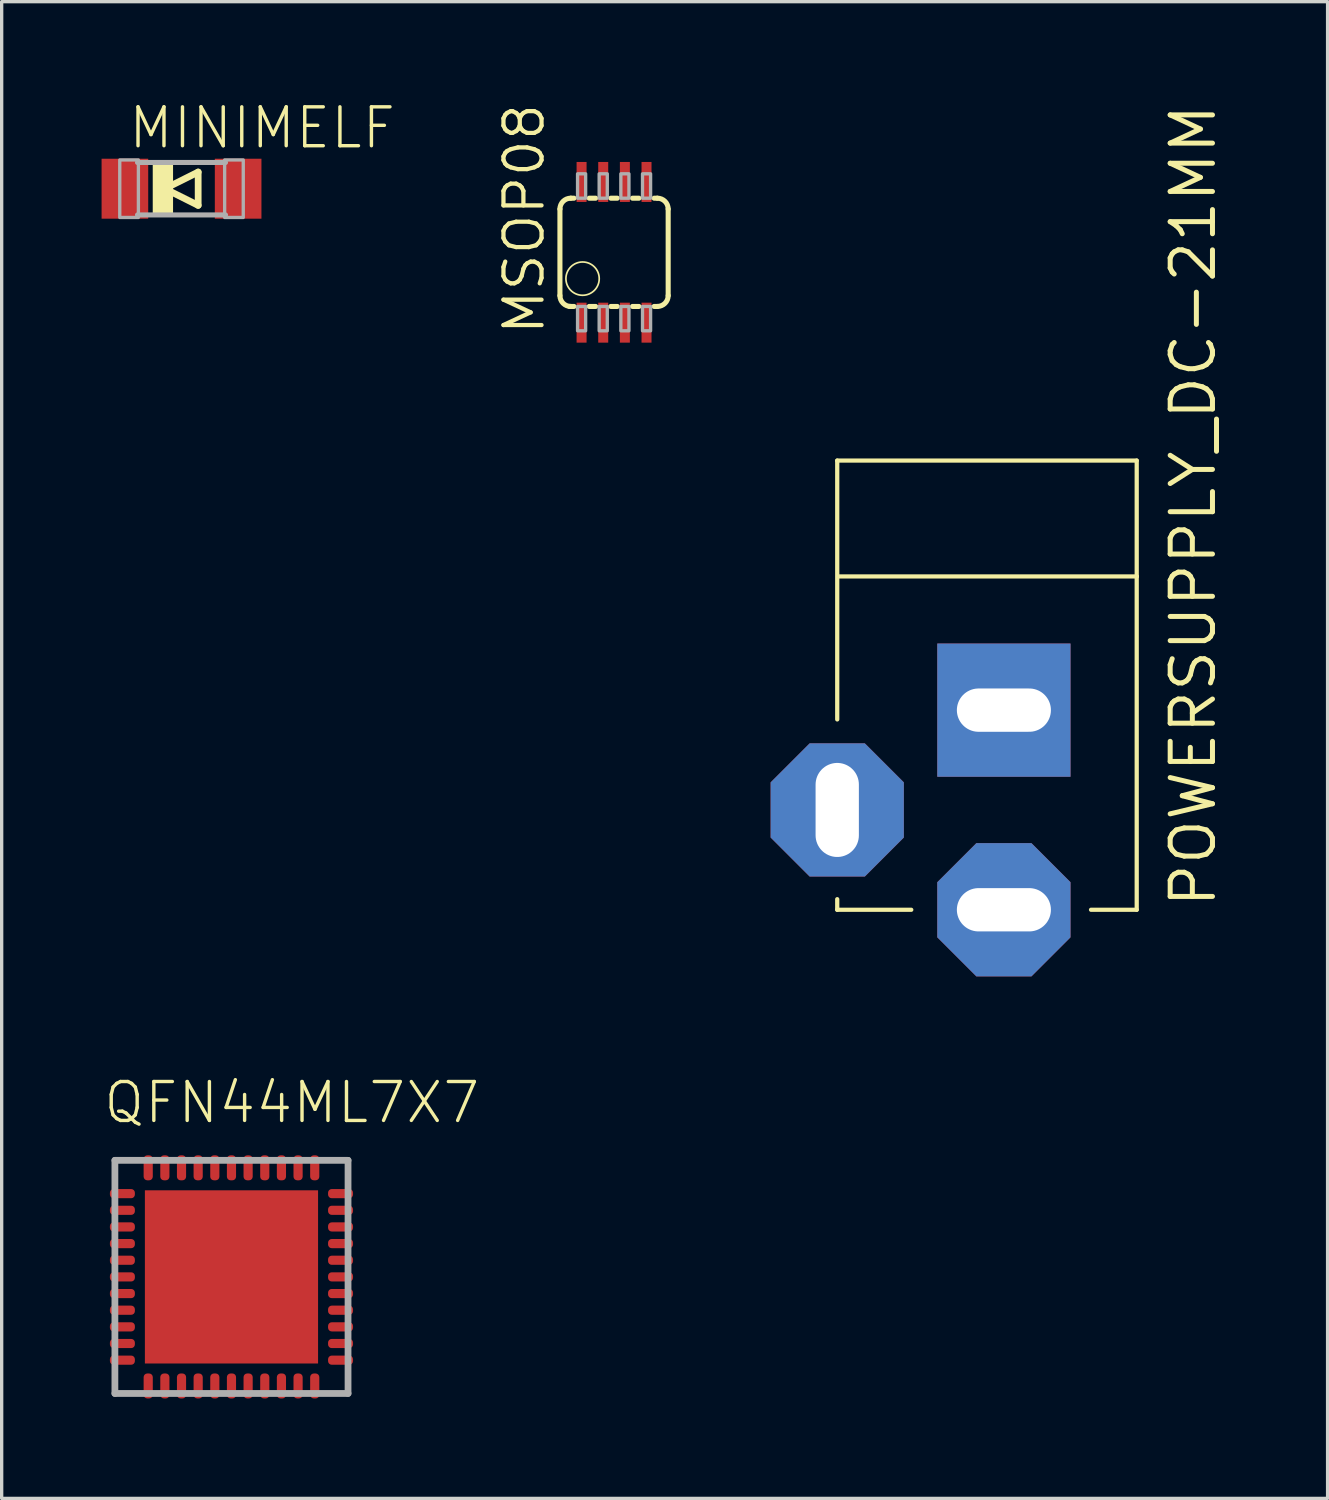
<source format=kicad_pcb>
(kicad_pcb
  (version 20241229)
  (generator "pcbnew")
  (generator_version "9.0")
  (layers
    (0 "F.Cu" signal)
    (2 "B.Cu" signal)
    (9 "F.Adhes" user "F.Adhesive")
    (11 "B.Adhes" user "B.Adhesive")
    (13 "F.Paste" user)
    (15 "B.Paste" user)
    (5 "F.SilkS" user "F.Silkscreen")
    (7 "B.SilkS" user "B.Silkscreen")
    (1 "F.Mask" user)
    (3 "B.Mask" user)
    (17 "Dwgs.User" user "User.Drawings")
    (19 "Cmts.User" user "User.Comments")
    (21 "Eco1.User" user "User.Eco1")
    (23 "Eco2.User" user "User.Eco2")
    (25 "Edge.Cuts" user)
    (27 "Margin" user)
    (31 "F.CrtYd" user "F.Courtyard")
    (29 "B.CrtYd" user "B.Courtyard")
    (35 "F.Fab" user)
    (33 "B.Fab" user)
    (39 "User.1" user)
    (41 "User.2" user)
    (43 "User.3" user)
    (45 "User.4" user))
  (footprint "QFN44ML7X7"
    (layer "F.Cu")
    (at 3.9 35.289)
    (property "Reference" "QFN44ML7X7" (at -3.9 -4.55 0) (layer "F.SilkS") (effects (font (size 1.168 1.168) (thickness 0.102)) (justify left bottom)))
    (fp_line (start -3.5 -3.5) (end -3.5 3.5) (stroke (width 0.203) (type solid)) (layer "F.Fab"))
    (fp_line (start -3.5 3.5) (end 3.5 3.5) (stroke (width 0.203) (type solid)) (layer "F.Fab"))
    (fp_line (start 3.5 -3.5) (end -3.5 -3.5) (stroke (width 0.203) (type solid)) (layer "F.Fab"))
    (fp_line (start 3.5 3.5) (end 3.5 -3.5) (stroke (width 0.203) (type solid)) (layer "F.Fab"))
    (pad "" smd roundrect (at -1.95 -1.95) (size 1.05 1.05) (layers "F.Paste") (roundrect_rratio 0.238))
    (pad "" smd roundrect (at -1.95 -0.65) (size 1.05 1.05) (layers "F.Paste") (roundrect_rratio 0.238))
    (pad "" smd roundrect (at -1.95 0.65) (size 1.05 1.05) (layers "F.Paste") (roundrect_rratio 0.238))
    (pad "" smd roundrect (at -1.95 1.95) (size 1.05 1.05) (layers "F.Paste") (roundrect_rratio 0.238))
    (pad "" smd roundrect (at -0.65 -1.95) (size 1.05 1.05) (layers "F.Paste") (roundrect_rratio 0.238))
    (pad "" smd roundrect (at -0.65 -0.65) (size 1.05 1.05) (layers "F.Paste") (roundrect_rratio 0.238))
    (pad "" smd roundrect (at -0.65 0.65) (size 1.05 1.05) (layers "F.Paste") (roundrect_rratio 0.238))
    (pad "" smd roundrect (at -0.65 1.95) (size 1.05 1.05) (layers "F.Paste") (roundrect_rratio 0.238))
    (pad "" smd roundrect (at 0.65 -1.95) (size 1.05 1.05) (layers "F.Paste") (roundrect_rratio 0.238))
    (pad "" smd roundrect (at 0.65 -0.65) (size 1.05 1.05) (layers "F.Paste") (roundrect_rratio 0.238))
    (pad "" smd roundrect (at 0.65 0.65) (size 1.05 1.05) (layers "F.Paste") (roundrect_rratio 0.238))
    (pad "" smd roundrect (at 0.65 1.95) (size 1.05 1.05) (layers "F.Paste") (roundrect_rratio 0.238))
    (pad "" smd roundrect (at 1.95 -1.95) (size 1.05 1.05) (layers "F.Paste") (roundrect_rratio 0.238))
    (pad "" smd roundrect (at 1.95 -0.65) (size 1.05 1.05) (layers "F.Paste") (roundrect_rratio 0.238))
    (pad "" smd roundrect (at 1.95 0.65) (size 1.05 1.05) (layers "F.Paste") (roundrect_rratio 0.238))
    (pad "" smd roundrect (at 1.95 1.95) (size 1.05 1.05) (layers "F.Paste") (roundrect_rratio 0.238))
    (pad "1" smd roundrect (at -3.275 -2.5) (size 0.75 0.275) (layers "F.Cu" "F.Mask" "F.Paste") (roundrect_rratio 0.4))
    (pad "2" smd roundrect (at -3.275 -2) (size 0.75 0.275) (layers "F.Cu" "F.Mask" "F.Paste") (roundrect_rratio 0.4))
    (pad "3" smd roundrect (at -3.275 -1.5) (size 0.75 0.275) (layers "F.Cu" "F.Mask" "F.Paste") (roundrect_rratio 0.4))
    (pad "4" smd roundrect (at -3.275 -1) (size 0.75 0.275) (layers "F.Cu" "F.Mask" "F.Paste") (roundrect_rratio 0.4))
    (pad "5" smd roundrect (at -3.275 -0.5) (size 0.75 0.275) (layers "F.Cu" "F.Mask" "F.Paste") (roundrect_rratio 0.4))
    (pad "6" smd roundrect (at -3.275 0) (size 0.75 0.275) (layers "F.Cu" "F.Mask" "F.Paste") (roundrect_rratio 0.4))
    (pad "7" smd roundrect (at -3.275 0.5) (size 0.75 0.275) (layers "F.Cu" "F.Mask" "F.Paste") (roundrect_rratio 0.4))
    (pad "8" smd roundrect (at -3.275 1) (size 0.75 0.275) (layers "F.Cu" "F.Mask" "F.Paste") (roundrect_rratio 0.4))
    (pad "9" smd roundrect (at -3.275 1.5) (size 0.75 0.275) (layers "F.Cu" "F.Mask" "F.Paste") (roundrect_rratio 0.4))
    (pad "10" smd roundrect (at -3.275 2) (size 0.75 0.275) (layers "F.Cu" "F.Mask" "F.Paste") (roundrect_rratio 0.4))
    (pad "11" smd roundrect (at -3.275 2.5) (size 0.75 0.275) (layers "F.Cu" "F.Mask" "F.Paste") (roundrect_rratio 0.4))
    (pad "12" smd roundrect (at -2.5 3.275 90) (size 0.75 0.275) (layers "F.Cu" "F.Mask" "F.Paste") (roundrect_rratio 0.4))
    (pad "13" smd roundrect (at -2 3.275 90) (size 0.75 0.275) (layers "F.Cu" "F.Mask" "F.Paste") (roundrect_rratio 0.4))
    (pad "14" smd roundrect (at -1.5 3.275 90) (size 0.75 0.275) (layers "F.Cu" "F.Mask" "F.Paste") (roundrect_rratio 0.4))
    (pad "15" smd roundrect (at -1 3.275 90) (size 0.75 0.275) (layers "F.Cu" "F.Mask" "F.Paste") (roundrect_rratio 0.4))
    (pad "16" smd roundrect (at -0.5 3.275 90) (size 0.75 0.275) (layers "F.Cu" "F.Mask" "F.Paste") (roundrect_rratio 0.4))
    (pad "17" smd roundrect (at 0 3.275 90) (size 0.75 0.275) (layers "F.Cu" "F.Mask" "F.Paste") (roundrect_rratio 0.4))
    (pad "18" smd roundrect (at 0.5 3.275 90) (size 0.75 0.275) (layers "F.Cu" "F.Mask" "F.Paste") (roundrect_rratio 0.4))
    (pad "19" smd roundrect (at 1 3.275 90) (size 0.75 0.275) (layers "F.Cu" "F.Mask" "F.Paste") (roundrect_rratio 0.4))
    (pad "20" smd roundrect (at 1.5 3.275 90) (size 0.75 0.275) (layers "F.Cu" "F.Mask" "F.Paste") (roundrect_rratio 0.4))
    (pad "21" smd roundrect (at 2 3.275 90) (size 0.75 0.275) (layers "F.Cu" "F.Mask" "F.Paste") (roundrect_rratio 0.4))
    (pad "22" smd roundrect (at 2.5 3.275 90) (size 0.75 0.275) (layers "F.Cu" "F.Mask" "F.Paste") (roundrect_rratio 0.4))
    (pad "23" smd roundrect (at 3.275 2.5 180) (size 0.75 0.275) (layers "F.Cu" "F.Mask" "F.Paste") (roundrect_rratio 0.4))
    (pad "24" smd roundrect (at 3.275 2 180) (size 0.75 0.275) (layers "F.Cu" "F.Mask" "F.Paste") (roundrect_rratio 0.4))
    (pad "25" smd roundrect (at 3.275 1.5 180) (size 0.75 0.275) (layers "F.Cu" "F.Mask" "F.Paste") (roundrect_rratio 0.4))
    (pad "26" smd roundrect (at 3.275 1 180) (size 0.75 0.275) (layers "F.Cu" "F.Mask" "F.Paste") (roundrect_rratio 0.4))
    (pad "27" smd roundrect (at 3.275 0.5 180) (size 0.75 0.275) (layers "F.Cu" "F.Mask" "F.Paste") (roundrect_rratio 0.4))
    (pad "28" smd roundrect (at 3.275 0 180) (size 0.75 0.275) (layers "F.Cu" "F.Mask" "F.Paste") (roundrect_rratio 0.4))
    (pad "29" smd roundrect (at 3.275 -0.5 180) (size 0.75 0.275) (layers "F.Cu" "F.Mask" "F.Paste") (roundrect_rratio 0.4))
    (pad "30" smd roundrect (at 3.275 -1 180) (size 0.75 0.275) (layers "F.Cu" "F.Mask" "F.Paste") (roundrect_rratio 0.4))
    (pad "31" smd roundrect (at 3.275 -1.5 180) (size 0.75 0.275) (layers "F.Cu" "F.Mask" "F.Paste") (roundrect_rratio 0.4))
    (pad "32" smd roundrect (at 3.275 -2 180) (size 0.75 0.275) (layers "F.Cu" "F.Mask" "F.Paste") (roundrect_rratio 0.4))
    (pad "33" smd roundrect (at 3.275 -2.5 180) (size 0.75 0.275) (layers "F.Cu" "F.Mask" "F.Paste") (roundrect_rratio 0.4))
    (pad "34" smd roundrect (at 2.5 -3.275 270) (size 0.75 0.275) (layers "F.Cu" "F.Mask" "F.Paste") (roundrect_rratio 0.4))
    (pad "35" smd roundrect (at 2 -3.275 270) (size 0.75 0.275) (layers "F.Cu" "F.Mask" "F.Paste") (roundrect_rratio 0.4))
    (pad "36" smd roundrect (at 1.5 -3.275 270) (size 0.75 0.275) (layers "F.Cu" "F.Mask" "F.Paste") (roundrect_rratio 0.4))
    (pad "37" smd roundrect (at 1 -3.275 270) (size 0.75 0.275) (layers "F.Cu" "F.Mask" "F.Paste") (roundrect_rratio 0.4))
    (pad "38" smd roundrect (at 0.5 -3.275 270) (size 0.75 0.275) (layers "F.Cu" "F.Mask" "F.Paste") (roundrect_rratio 0.4))
    (pad "39" smd roundrect (at 0 -3.275 270) (size 0.75 0.275) (layers "F.Cu" "F.Mask" "F.Paste") (roundrect_rratio 0.4))
    (pad "40" smd roundrect (at -0.5 -3.275 270) (size 0.75 0.275) (layers "F.Cu" "F.Mask" "F.Paste") (roundrect_rratio 0.4))
    (pad "41" smd roundrect (at -1 -3.275 270) (size 0.75 0.275) (layers "F.Cu" "F.Mask" "F.Paste") (roundrect_rratio 0.4))
    (pad "42" smd roundrect (at -1.5 -3.275 270) (size 0.75 0.275) (layers "F.Cu" "F.Mask" "F.Paste") (roundrect_rratio 0.4))
    (pad "43" smd roundrect (at -2 -3.275 270) (size 0.75 0.275) (layers "F.Cu" "F.Mask" "F.Paste") (roundrect_rratio 0.4))
    (pad "44" smd roundrect (at -2.5 -3.275 270) (size 0.75 0.275) (layers "F.Cu" "F.Mask" "F.Paste") (roundrect_rratio 0.4))
    (pad "EXP" smd rect (at 0 0) (size 5.2 5.2) (property pad_prop_heatsink) (layers "F.Cu" "F.Mask")))
  (footprint "MINIMELF"
    (layer "F.Cu")
    (at 2.4 2.616)
    (property "Reference" "MINIMELF" (at -1.651 -1.143 0) (layer "F.SilkS") (effects (font (size 1.168 1.168) (thickness 0.102)) (justify left bottom)))
    (fp_line (start -0.5 0) (end 0.5 0.5) (stroke (width 0.203) (type solid)) (layer "F.SilkS"))
    (fp_line (start 0.5 -0.5) (end -0.5 0) (stroke (width 0.203) (type solid)) (layer "F.SilkS"))
    (fp_line (start 0.5 0.5) (end 0.5 -0.5) (stroke (width 0.203) (type solid)) (layer "F.SilkS"))
    (fp_poly (pts (xy -0.864 0.787) (xy -0.254 0.787) (xy -0.254 -0.787) (xy -0.864 -0.787)) (stroke (width 0) (type solid)) (fill yes) (layer "F.SilkS"))
    (fp_line (start 1.321 -0.787) (end -1.321 -0.787) (stroke (width 0.152) (type solid)) (layer "F.Fab"))
    (fp_line (start 1.321 0.787) (end -1.321 0.787) (stroke (width 0.152) (type solid)) (layer "F.Fab"))
    (fp_poly (pts (xy -1.854 0.864) (xy -1.295 0.864) (xy -1.295 -0.864) (xy -1.854 -0.864)) (stroke (width 0.1) (type solid)) (fill no) (layer "F.Fab"))
    (fp_poly (pts (xy 1.295 0.864) (xy 1.854 0.864) (xy 1.854 -0.864) (xy 1.295 -0.864)) (stroke (width 0.1) (type solid)) (fill no) (layer "F.Fab"))
    (pad "A" smd rect (at 1.7 0) (size 1.4 1.8) (layers "F.Cu" "F.Mask" "F.Paste"))
    (pad "C" smd rect (at -1.7 0) (size 1.4 1.8) (layers "F.Cu" "F.Mask" "F.Paste")))
  (footprint "POWERSUPPLY_DC-21MM"
    (layer "F.Cu")
    (at 27.168 17.916)
    (property "Reference" "POWERSUPPLY_DC-21MM" (at 6.35 6.35 90) (layer "F.SilkS") (effects (font (size 1.27 1.27) (thickness 0.15)) (justify left bottom)))
    (fp_line (start -5.08 -7.137) (end -5.08 0.635) (stroke (width 0.127) (type solid)) (layer "F.SilkS"))
    (fp_line (start -5.08 6.35) (end -5.08 6.032) (stroke (width 0.127) (type solid)) (layer "F.SilkS"))
    (fp_line (start -5.055 -3.658) (end 3.912 -3.658) (stroke (width 0.127) (type solid)) (layer "F.SilkS"))
    (fp_line (start -2.857 6.35) (end -5.08 6.35) (stroke (width 0.127) (type solid)) (layer "F.SilkS"))
    (fp_line (start 2.54 6.35) (end 3.912 6.35) (stroke (width 0.127) (type solid)) (layer "F.SilkS"))
    (fp_line (start 3.912 -7.137) (end -5.08 -7.137) (stroke (width 0.127) (type solid)) (layer "F.SilkS"))
    (fp_line (start 3.912 -3.658) (end 3.912 -7.137) (stroke (width 0.127) (type solid)) (layer "F.SilkS"))
    (fp_line (start 3.912 6.35) (end 3.912 -3.658) (stroke (width 0.127) (type solid)) (layer "F.SilkS"))
    (pad "1" thru_hole roundrect (at -5.08 3.353 180) (size 4 4) (drill oval 1.3 2.824) (layers "*.Cu" "*.Mask") (roundrect_rratio 0.25) (chamfer_ratio 0.293) (chamfer top_left top_right bottom_left bottom_right))
    (pad "2" thru_hole roundrect (at -0.076 6.35) (size 4 4) (drill oval 2.824 1.3) (layers "*.Cu" "*.Mask") (roundrect_rratio 0.25) (chamfer_ratio 0.293) (chamfer top_left top_right bottom_left bottom_right))
    (pad "3" thru_hole rect (at -0.076 0.356) (size 4 4) (drill oval 2.824 1.3) (layers "*.Cu" "*.Mask")))
  (footprint "MSOP08"
    (layer "F.Cu")
    (at 15.388 4.525)
    (property "Reference" "MSOP08" (at -2.032 2.54 90) (layer "F.SilkS") (effects (font (size 1.143 1.143) (thickness 0.127)) (justify left bottom)))
    (fp_line (start -1.626 1.301) (end -1.626 -1.299) (stroke (width 0.152) (type solid)) (layer "F.SilkS"))
    (fp_line (start -1.341 1.626) (end -1.204 1.626) (stroke (width 0.152) (type solid)) (layer "F.SilkS"))
    (fp_line (start -1.301 -1.624) (end -1.204 -1.624) (stroke (width 0.152) (type solid)) (layer "F.SilkS"))
    (fp_line (start -0.747 -1.624) (end -0.554 -1.624) (stroke (width 0.152) (type solid)) (layer "F.SilkS"))
    (fp_line (start -0.747 1.626) (end -0.554 1.626) (stroke (width 0.152) (type solid)) (layer "F.SilkS"))
    (fp_line (start -0.097 -1.624) (end 0.096 -1.624) (stroke (width 0.152) (type solid)) (layer "F.SilkS"))
    (fp_line (start -0.097 1.626) (end 0.096 1.626) (stroke (width 0.152) (type solid)) (layer "F.SilkS"))
    (fp_line (start 0.553 -1.624) (end 0.746 -1.624) (stroke (width 0.152) (type solid)) (layer "F.SilkS"))
    (fp_line (start 0.553 1.626) (end 0.746 1.626) (stroke (width 0.152) (type solid)) (layer "F.SilkS"))
    (fp_line (start 1.203 -1.624) (end 1.299 -1.624) (stroke (width 0.152) (type solid)) (layer "F.SilkS"))
    (fp_line (start 1.203 1.626) (end 1.299 1.626) (stroke (width 0.152) (type solid)) (layer "F.SilkS"))
    (fp_line (start 1.624 -1.299) (end 1.624 1.301) (stroke (width 0.152) (type solid)) (layer "F.SilkS"))
    (fp_arc (start -1.626 -1.299) (mid -1.53081 -1.52881) (end -1.301 -1.624) (stroke (width 0.1524) (type solid)) (layer "F.SilkS"))
    (fp_arc (start -1.301 1.626) (mid -1.53081 1.53081) (end -1.626 1.301) (stroke (width 0.1524) (type solid)) (layer "F.SilkS"))
    (fp_arc (start 1.299 -1.624) (mid 1.52881 -1.52881) (end 1.624 -1.299) (stroke (width 0.1524) (type solid)) (layer "F.SilkS"))
    (fp_arc (start 1.624 1.301) (mid 1.52881 1.53081) (end 1.299 1.626) (stroke (width 0.1524) (type solid)) (layer "F.SilkS"))
    (fp_circle (center -0.946 0.791) (end -0.446 0.791) (stroke (width 0.051) (type solid)) (fill no) (layer "F.SilkS"))
    (fp_poly (pts (xy -1.097 -1.624) (xy -0.854 -1.624) (xy -0.854 -2.356) (xy -1.097 -2.356)) (stroke (width 0.1) (type solid)) (fill no) (layer "F.Fab"))
    (fp_poly (pts (xy -1.097 2.357) (xy -0.854 2.357) (xy -0.854 1.626) (xy -1.097 1.626)) (stroke (width 0.1) (type solid)) (fill no) (layer "F.Fab"))
    (fp_poly (pts (xy -0.448 -1.624) (xy -0.204 -1.624) (xy -0.204 -2.356) (xy -0.448 -2.356)) (stroke (width 0.1) (type solid)) (fill no) (layer "F.Fab"))
    (fp_poly (pts (xy -0.448 2.357) (xy -0.204 2.357) (xy -0.204 1.626) (xy -0.448 1.626)) (stroke (width 0.1) (type solid)) (fill no) (layer "F.Fab"))
    (fp_poly (pts (xy 0.203 -1.624) (xy 0.446 -1.624) (xy 0.446 -2.356) (xy 0.203 -2.356)) (stroke (width 0.1) (type solid)) (fill no) (layer "F.Fab"))
    (fp_poly (pts (xy 0.203 2.357) (xy 0.446 2.357) (xy 0.446 1.626) (xy 0.203 1.626)) (stroke (width 0.1) (type solid)) (fill no) (layer "F.Fab"))
    (fp_poly (pts (xy 0.853 -1.624) (xy 1.096 -1.624) (xy 1.096 -2.356) (xy 0.853 -2.356)) (stroke (width 0.1) (type solid)) (fill no) (layer "F.Fab"))
    (fp_poly (pts (xy 0.853 2.357) (xy 1.096 2.357) (xy 1.096 1.626) (xy 0.853 1.626)) (stroke (width 0.1) (type solid)) (fill no) (layer "F.Fab"))
    (pad "1" smd rect (at -0.976 2.113) (size 0.3 1.2) (layers "F.Cu" "F.Mask" "F.Paste"))
    (pad "2" smd rect (at -0.326 2.113) (size 0.3 1.2) (layers "F.Cu" "F.Mask" "F.Paste"))
    (pad "3" smd rect (at 0.324 2.113) (size 0.3 1.2) (layers "F.Cu" "F.Mask" "F.Paste"))
    (pad "4" smd rect (at 0.974 2.113) (size 0.3 1.2) (layers "F.Cu" "F.Mask" "F.Paste"))
    (pad "5" smd rect (at 0.974 -2.112) (size 0.3 1.2) (layers "F.Cu" "F.Mask" "F.Paste"))
    (pad "6" smd rect (at 0.324 -2.112) (size 0.3 1.2) (layers "F.Cu" "F.Mask" "F.Paste"))
    (pad "7" smd rect (at -0.326 -2.112) (size 0.3 1.2) (layers "F.Cu" "F.Mask" "F.Paste"))
    (pad "8" smd rect (at -0.976 -2.112) (size 0.3 1.2) (layers "F.Cu" "F.Mask" "F.Paste")))
  (gr_rect
    (start -3 -3)
    (end 36.811 41.939)
    (stroke (width 0.1) (type default))
    (fill no)
    (layer "Edge.Cuts")))
</source>
